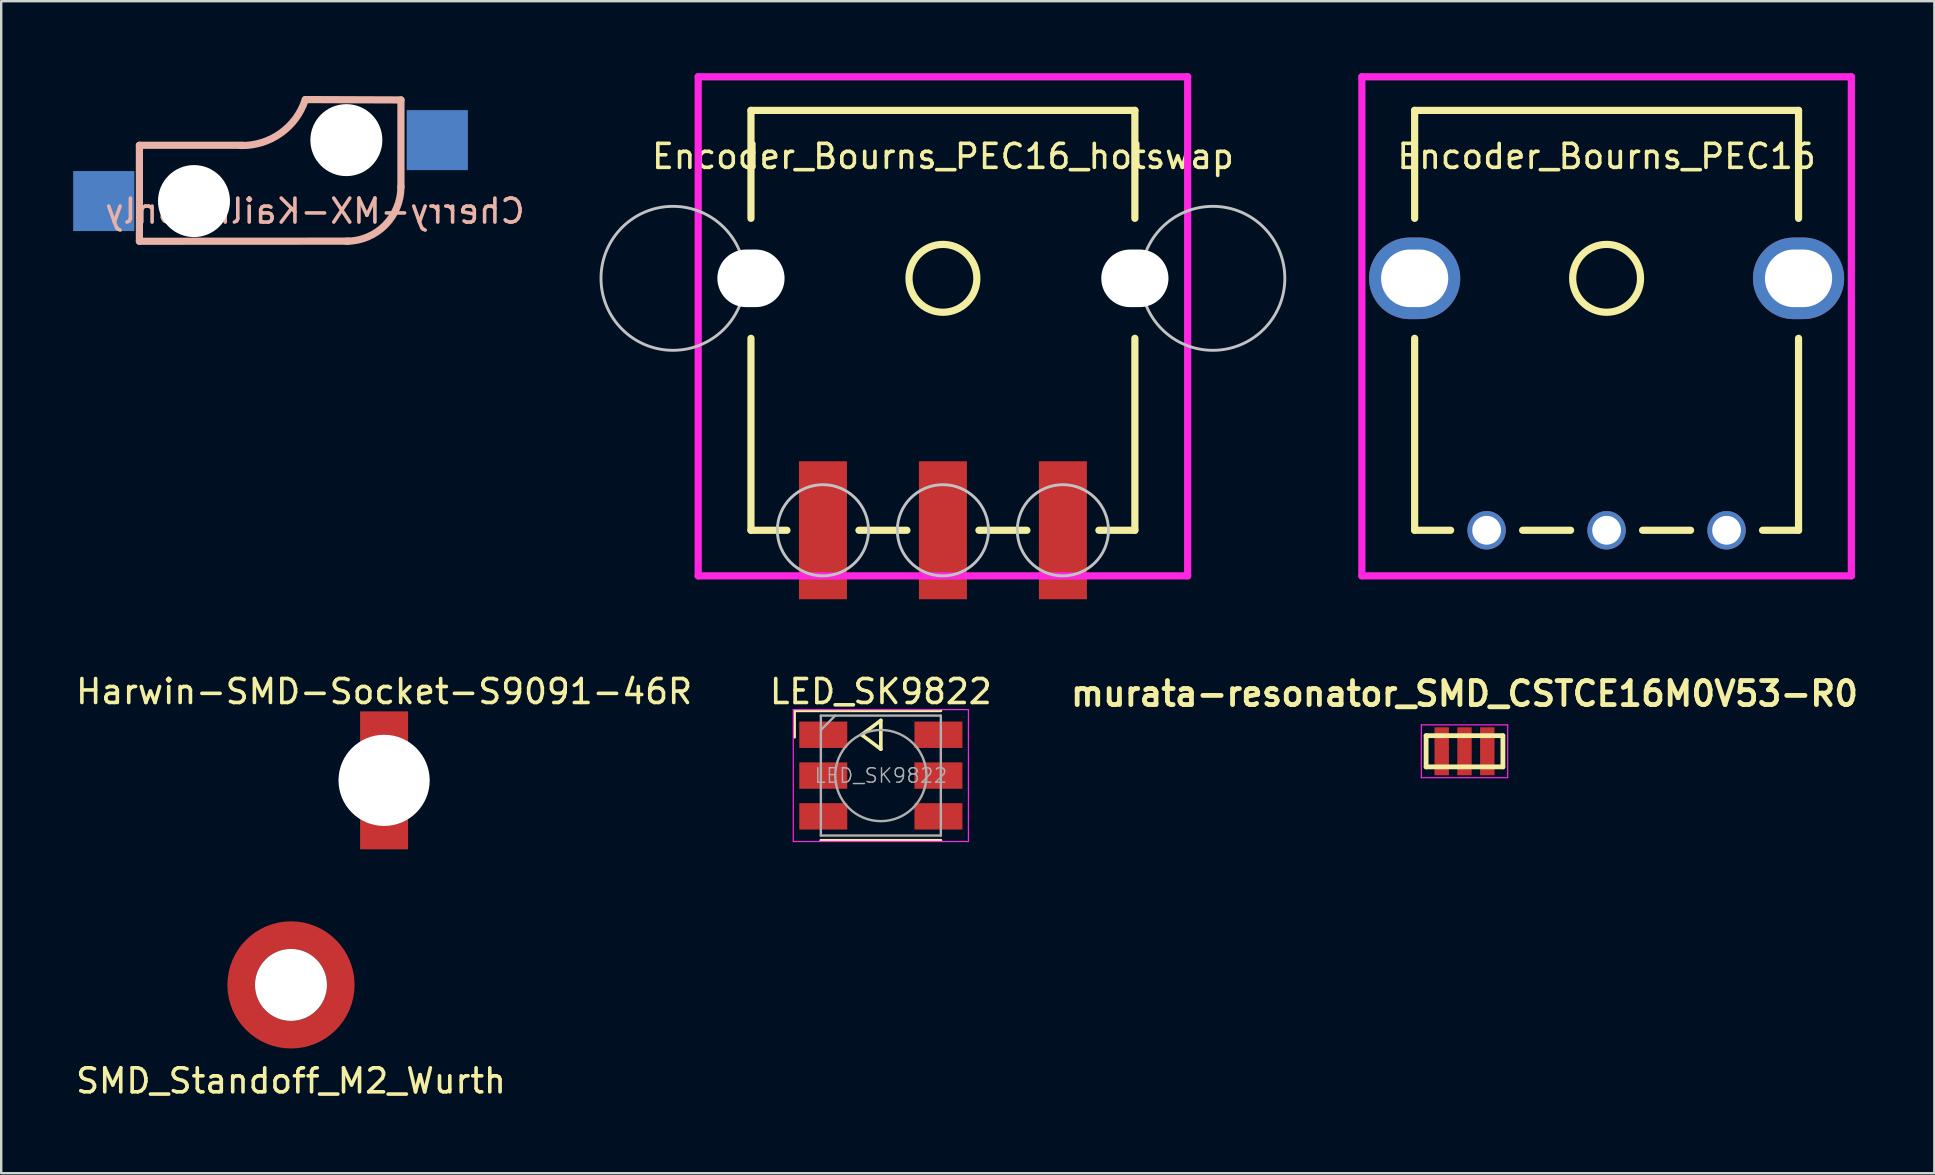
<source format=kicad_pcb>
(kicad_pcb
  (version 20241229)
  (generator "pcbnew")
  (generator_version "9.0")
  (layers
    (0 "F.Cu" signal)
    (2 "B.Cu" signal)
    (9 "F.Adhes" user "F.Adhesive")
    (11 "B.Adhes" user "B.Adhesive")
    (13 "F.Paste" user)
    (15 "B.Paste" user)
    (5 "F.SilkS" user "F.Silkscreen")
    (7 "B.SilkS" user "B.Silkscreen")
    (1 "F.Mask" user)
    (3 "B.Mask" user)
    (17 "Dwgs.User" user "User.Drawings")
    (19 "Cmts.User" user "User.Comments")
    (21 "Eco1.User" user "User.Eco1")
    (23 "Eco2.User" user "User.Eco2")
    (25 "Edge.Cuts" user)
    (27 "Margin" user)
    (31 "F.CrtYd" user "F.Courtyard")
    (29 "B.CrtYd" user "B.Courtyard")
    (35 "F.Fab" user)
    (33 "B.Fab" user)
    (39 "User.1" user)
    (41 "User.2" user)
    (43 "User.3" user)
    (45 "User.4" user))
  (footprint "Encoder_Bourns_PEC16_hotswap"
    (layer "F.Cu")
    (at 36.248 8.55)
    (property "Reference" "Encoder_Bourns_PEC16_hotswap" (at 0 -5.08 0) (layer "F.SilkS") (effects (font (size 1 1) (thickness 0.15))))
    (attr through_hole)
    (fp_line (start -8 -7) (end 8 -7) (stroke (width 0.3) (type solid)) (layer "F.SilkS"))
    (fp_line (start -8 -2.5) (end -8 -7) (stroke (width 0.3) (type solid)) (layer "F.SilkS"))
    (fp_line (start -8 10.5) (end -8 2.5) (stroke (width 0.3) (type solid)) (layer "F.SilkS"))
    (fp_line (start -6.5 10.5) (end -8 10.5) (stroke (width 0.3) (type solid)) (layer "F.SilkS"))
    (fp_line (start -1.5 10.5) (end -3.5 10.5) (stroke (width 0.3) (type solid)) (layer "F.SilkS"))
    (fp_line (start 3.5 10.5) (end 1.5 10.5) (stroke (width 0.3) (type solid)) (layer "F.SilkS"))
    (fp_line (start 8 -7) (end 8 -2.5) (stroke (width 0.3) (type solid)) (layer "F.SilkS"))
    (fp_line (start 8 2.5) (end 8 10.5) (stroke (width 0.3) (type solid)) (layer "F.SilkS"))
    (fp_line (start 8 10.5) (end 6.5 10.5) (stroke (width 0.3) (type solid)) (layer "F.SilkS"))
    (fp_circle (center 0 0) (end -1 -1) (stroke (width 0.3) (type solid)) (fill no) (layer "F.SilkS"))
    (fp_circle (center -11.25 0) (end -8.25 0) (stroke (width 0.12) (type solid)) (fill no) (layer "Dwgs.User"))
    (fp_circle (center -5 10.5) (end -3.1 10.5) (stroke (width 0.12) (type solid)) (fill no) (layer "Dwgs.User"))
    (fp_circle (center 0 10.5) (end 1.9 10.5) (stroke (width 0.12) (type solid)) (fill no) (layer "Dwgs.User"))
    (fp_circle (center 5 10.5) (end 6.9 10.5) (stroke (width 0.12) (type solid)) (fill no) (layer "Dwgs.User"))
    (fp_circle (center 11.25 0) (end 14.25 0) (stroke (width 0.12) (type solid)) (fill no) (layer "Dwgs.User"))
    (fp_line (start -10.2 -8.4) (end -10.2 12.4) (stroke (width 0.3) (type solid)) (layer "F.CrtYd"))
    (fp_line (start -10.2 12.4) (end 10.2 12.4) (stroke (width 0.3) (type solid)) (layer "F.CrtYd"))
    (fp_line (start 10.2 -8.4) (end -10.2 -8.4) (stroke (width 0.3) (type solid)) (layer "F.CrtYd"))
    (fp_line (start 10.2 12.4) (end 10.2 -8.4) (stroke (width 0.3) (type solid)) (layer "F.CrtYd"))
    (pad "" np_thru_hole oval (at -8 0) (size 2.8 2.4) (drill oval 2.8 2.4) (layers "*.Cu" "*.Mask"))
    (pad "" np_thru_hole oval (at 8 0) (size 2.8 2.4) (drill oval 2.8 2.4) (layers "*.Cu" "*.Mask"))
    (pad "A" smd rect (at -5 10.5 90) (size 5.75 2) (layers "F.Cu" "F.Mask" "F.Paste"))
    (pad "B" smd rect (at 0 10.5 90) (size 5.75 2) (layers "F.Cu" "F.Mask" "F.Paste"))
    (pad "C" smd rect (at 5 10.5 90) (size 5.75 2) (layers "F.Cu" "F.Mask" "F.Paste")))
  (footprint "Cherry-MX-Kailh-only"
    (layer "F.Cu")
    (at 7.575 0.25)
    (property "Reference" "Cherry-MX-Kailh-only" (at 2.5 5.5 0) (layer "B.SilkS") (effects (font (size 1 1) (thickness 0.15)) (justify mirror)))
    (attr through_hole)
    (fp_line (start -4.815 2.755) (end -0.53 2.755) (stroke (width 0.3) (type solid)) (layer "B.SilkS"))
    (fp_line (start -4.815 6.755) (end -4.815 2.755) (stroke (width 0.3) (type solid)) (layer "B.SilkS"))
    (fp_line (start -4.815 6.755) (end 3.9 6.75) (stroke (width 0.3) (type solid)) (layer "B.SilkS"))
    (fp_line (start 2.1 0.85) (end 6.085 0.865) (stroke (width 0.3) (type solid)) (layer "B.SilkS"))
    (fp_line (start 6.085 4.5) (end 6.085 0.865) (stroke (width 0.3) (type solid)) (layer "B.SilkS"))
    (fp_arc (start 2.1 0.85) (mid 1.068297 2.25496) (end -0.599077 2.763083) (stroke (width 0.3) (type solid)) (layer "B.SilkS"))
    (fp_arc (start 6.085 4.483532) (mid 5.420254 6.088371) (end 3.815415 6.753117) (stroke (width 0.3) (type solid)) (layer "B.SilkS"))
    (pad "" np_thru_hole circle (at -2.54 5.08) (size 3 3) (drill 3) (layers "*.Cu" "*.Mask"))
    (pad "" np_thru_hole circle (at 3.81 2.54) (size 3 3) (drill 3) (layers "*.Cu" "*.Mask"))
    (pad "1" smd rect (at -6.3 5.08) (size 2.55 2.5) (layers "B.Cu" "B.Mask" "B.Paste"))
    (pad "2" smd rect (at 7.6 2.54) (size 2.55 2.5) (layers "B.Cu" "B.Mask" "B.Paste")))
  (footprint "Encoder_Bourns_PEC16"
    (layer "F.Cu")
    (at 63.908 8.55)
    (property "Reference" "Encoder_Bourns_PEC16" (at 0 -5.08 0) (layer "F.SilkS") (effects (font (size 1 1) (thickness 0.15))))
    (attr through_hole)
    (fp_line (start -8 -7) (end 8 -7) (stroke (width 0.3) (type solid)) (layer "F.SilkS"))
    (fp_line (start -8 -2.5) (end -8 -7) (stroke (width 0.3) (type solid)) (layer "F.SilkS"))
    (fp_line (start -8 10.5) (end -8 2.5) (stroke (width 0.3) (type solid)) (layer "F.SilkS"))
    (fp_line (start -6.5 10.5) (end -8 10.5) (stroke (width 0.3) (type solid)) (layer "F.SilkS"))
    (fp_line (start -1.5 10.5) (end -3.5 10.5) (stroke (width 0.3) (type solid)) (layer "F.SilkS"))
    (fp_line (start 3.5 10.5) (end 1.5 10.5) (stroke (width 0.3) (type solid)) (layer "F.SilkS"))
    (fp_line (start 8 -7) (end 8 -2.5) (stroke (width 0.3) (type solid)) (layer "F.SilkS"))
    (fp_line (start 8 2.5) (end 8 10.5) (stroke (width 0.3) (type solid)) (layer "F.SilkS"))
    (fp_line (start 8 10.5) (end 6.5 10.5) (stroke (width 0.3) (type solid)) (layer "F.SilkS"))
    (fp_circle (center 0 0) (end -1 -1) (stroke (width 0.3) (type solid)) (fill no) (layer "F.SilkS"))
    (fp_line (start -10.2 -8.4) (end -10.2 12.4) (stroke (width 0.3) (type solid)) (layer "F.CrtYd"))
    (fp_line (start -10.2 12.4) (end 10.2 12.4) (stroke (width 0.3) (type solid)) (layer "F.CrtYd"))
    (fp_line (start 10.2 -8.4) (end -10.2 -8.4) (stroke (width 0.3) (type solid)) (layer "F.CrtYd"))
    (fp_line (start 10.2 12.4) (end 10.2 -8.4) (stroke (width 0.3) (type solid)) (layer "F.CrtYd"))
    (pad "" thru_hole oval (at -8 0) (size 3.8 3.4) (drill oval 2.8 2.4) (layers "*.Cu" "*.Mask"))
    (pad "" thru_hole oval (at 8 0) (size 3.8 3.4) (drill oval 2.8 2.4) (layers "*.Cu" "*.Mask"))
    (pad "1" thru_hole circle (at -5 10.5) (size 1.6 1.6) (drill 1.2) (layers "*.Cu" "*.Mask"))
    (pad "2" thru_hole circle (at 5 10.5) (size 1.6 1.6) (drill 1.2) (layers "*.Cu" "*.Mask"))
    (pad "3" thru_hole circle (at 0 10.5) (size 1.6 1.6) (drill 1.2) (layers "*.Cu" "*.Mask")))
  (footprint "Harwin-SMD-Socket-S9091-46R"
    (layer "F.Cu")
    (at 12.958 29.473)
    (property "Reference" "Harwin-SMD-Socket-S9091-46R" (at 0 -3.7 0) (layer "F.SilkS") (effects (font (size 1 1) (thickness 0.15))))
    (attr through_hole)
    (pad "" np_thru_hole circle (at 0 0) (size 3.8 3.8) (drill 3.8) (layers "*.Cu" "*.Mask"))
    (pad "1" smd rect (at 0 0 90) (size 5.75 2) (layers "F.Cu" "F.Mask" "F.Paste")))
  (footprint "SMD_Standoff_M2_Wurth"
    (layer "F.Cu")
    (at 9.077 37.998)
    (property "Reference" "SMD_Standoff_M2_Wurth" (at 0 4 0) (layer "F.SilkS") (effects (font (size 1 1) (thickness 0.15))))
    (attr through_hole)
    (fp_circle (center 0 0) (end 2.075 0) (stroke (width 1.15) (type solid)) (fill no) (layer "F.Cu"))
    (fp_circle (center 0 0) (end 2.075 0) (stroke (width 1.15) (type solid)) (fill no) (layer "F.Mask"))
    (fp_arc (start -1.89988 -0.900254) (mid -1.486508 -1.486706) (end -0.9 -1.9) (stroke (width 1.15) (type solid)) (layer "F.Paste"))
    (fp_arc (start -0.900254 1.89988) (mid -1.486706 1.486508) (end -1.9 0.9) (stroke (width 1.15) (type solid)) (layer "F.Paste"))
    (fp_arc (start 0.900254 -1.89988) (mid 1.486706 -1.486508) (end 1.9 -0.9) (stroke (width 1.15) (type solid)) (layer "F.Paste"))
    (fp_arc (start 1.89988 0.900254) (mid 1.486508 1.486706) (end 0.9 1.9) (stroke (width 1.15) (type solid)) (layer "F.Paste"))
    (fp_poly (pts (xy -2.54 0.58) (xy -2.59 0.25) (xy -1.52 0.25) (xy -1.43 0.68) (xy -2.41 1.04)) (stroke (width 0.1) (type solid)) (fill yes) (layer "F.Paste"))
    (fp_poly (pts (xy -2.53 -0.6) (xy -2.43 -0.96) (xy -1.43 -0.65) (xy -1.51 -0.21) (xy -2.59 -0.21)) (stroke (width 0.1) (type solid)) (fill yes) (layer "F.Paste"))
    (fp_poly (pts (xy -0.6 2.53) (xy -0.96 2.43) (xy -0.65 1.43) (xy -0.21 1.51) (xy -0.21 2.59)) (stroke (width 0.1) (type solid)) (fill yes) (layer "F.Paste"))
    (fp_poly (pts (xy -0.58 -2.54) (xy -0.25 -2.59) (xy -0.25 -1.52) (xy -0.68 -1.43) (xy -1.04 -2.41)) (stroke (width 0.1) (type solid)) (fill yes) (layer "F.Paste"))
    (fp_poly (pts (xy 0.58 2.54) (xy 0.25 2.59) (xy 0.25 1.52) (xy 0.68 1.43) (xy 1.04 2.41)) (stroke (width 0.1) (type solid)) (fill yes) (layer "F.Paste"))
    (fp_poly (pts (xy 0.6 -2.53) (xy 0.96 -2.43) (xy 0.65 -1.43) (xy 0.21 -1.51) (xy 0.21 -2.59)) (stroke (width 0.1) (type solid)) (fill yes) (layer "F.Paste"))
    (fp_poly (pts (xy 2.53 0.6) (xy 2.43 0.96) (xy 1.43 0.65) (xy 1.51 0.21) (xy 2.59 0.21)) (stroke (width 0.1) (type solid)) (fill yes) (layer "F.Paste"))
    (fp_poly (pts (xy 2.54 -0.58) (xy 2.59 -0.25) (xy 1.52 -0.25) (xy 1.43 -0.68) (xy 2.41 -1.04)) (stroke (width 0.1) (type solid)) (fill yes) (layer "F.Paste"))
    (pad "" np_thru_hole circle (at 0 0) (size 3 3) (drill 3) (layers "*.Cu" "*.Mask")))
  (footprint "murata-resonator_SMD_CSTCE16M0V53-R0"
    (layer "F.Cu")
    (at 57.986 28.261)
    (property "Reference" "murata-resonator_SMD_CSTCE16M0V53-R0" (at 0 -2.4 0) (layer "F.SilkS") (effects (font (size 1 1) (thickness 0.2))))
    (attr through_hole)
    (fp_line (start -1.6 -0.65) (end -1.6 0.65) (stroke (width 0.2) (type solid)) (layer "F.SilkS"))
    (fp_line (start -1.6 -0.65) (end 1.6 -0.65) (stroke (width 0.2) (type solid)) (layer "F.SilkS"))
    (fp_line (start 1.6 -0.65) (end 1.6 0.65) (stroke (width 0.2) (type solid)) (layer "F.SilkS"))
    (fp_line (start 1.6 0.65) (end -1.6 0.65) (stroke (width 0.2) (type solid)) (layer "F.SilkS"))
    (fp_line (start -1.8 -1.1) (end 1.8 -1.1) (stroke (width 0.05) (type solid)) (layer "F.CrtYd"))
    (fp_line (start -1.8 1.1) (end -1.8 -1.1) (stroke (width 0.05) (type solid)) (layer "F.CrtYd"))
    (fp_line (start 1.8 -1.1) (end 1.8 1.1) (stroke (width 0.05) (type solid)) (layer "F.CrtYd"))
    (fp_line (start 1.8 1.1) (end -1.8 1.1) (stroke (width 0.05) (type solid)) (layer "F.CrtYd"))
    (pad "1" smd rect (at -0.95 0) (size 0.6 2) (layers "F.Cu" "F.Mask" "F.Paste"))
    (pad "2" smd rect (at 0 0) (size 0.6 2) (layers "F.Cu" "F.Mask" "F.Paste"))
    (pad "3" smd rect (at 0.95 0) (size 0.6 2) (layers "F.Cu" "F.Mask" "F.Paste")))
  (footprint "LED_SK9822"
    (layer "F.Cu")
    (at 33.661 29.273)
    (property "Reference" "LED_SK9822" (at 0 -3.5 180) (layer "F.SilkS") (effects (font (size 1 1) (thickness 0.15))))
    (attr smd)
    (fp_line (start -3.6 -2.7) (end 2.5 -2.7) (stroke (width 0.12) (type solid)) (layer "F.SilkS"))
    (fp_line (start -3.6 -1.6) (end -3.6 -2.7) (stroke (width 0.12) (type solid)) (layer "F.SilkS"))
    (fp_line (start -0.8 -1.7) (end 0 -1.1) (stroke (width 0.15) (type solid)) (layer "F.SilkS"))
    (fp_line (start 0 -2.3) (end -0.8 -1.7) (stroke (width 0.15) (type solid)) (layer "F.SilkS"))
    (fp_line (start 0 -1.1) (end 0 -2.3) (stroke (width 0.15) (type solid)) (layer "F.SilkS"))
    (fp_line (start 2.5 2.7) (end -2.5 2.7) (stroke (width 0.12) (type solid)) (layer "F.SilkS"))
    (fp_line (start -3.65 -2.75) (end -3.65 2.75) (stroke (width 0.05) (type solid)) (layer "F.CrtYd"))
    (fp_line (start -3.65 2.75) (end 3.65 2.75) (stroke (width 0.05) (type solid)) (layer "F.CrtYd"))
    (fp_line (start 3.65 -2.75) (end -3.65 -2.75) (stroke (width 0.05) (type solid)) (layer "F.CrtYd"))
    (fp_line (start 3.65 2.75) (end 3.65 -2.75) (stroke (width 0.05) (type solid)) (layer "F.CrtYd"))
    (fp_line (start -2.5 -2.5) (end -2.5 2.5) (stroke (width 0.1) (type solid)) (layer "F.Fab"))
    (fp_line (start -2.5 -1.9) (end -1.9 -2.5) (stroke (width 0.1) (type solid)) (layer "F.Fab"))
    (fp_line (start -2.5 2.5) (end 2.5 2.5) (stroke (width 0.1) (type solid)) (layer "F.Fab"))
    (fp_line (start 2.5 -2.5) (end -2.5 -2.5) (stroke (width 0.1) (type solid)) (layer "F.Fab"))
    (fp_line (start 2.5 2.5) (end 2.5 -2.5) (stroke (width 0.1) (type solid)) (layer "F.Fab"))
    (fp_circle (center 0 0) (end 0 -1.9) (stroke (width 0.1) (type solid)) (fill no) (layer "F.Fab"))
    (fp_text user "${REFERENCE}" (at 0 0 0) (layer "F.Fab") (effects (font (size 0.6 0.6) (thickness 0.06))))
    (pad "1" smd rect (at -2.4 -1.7 90) (size 1.1 2) (layers "F.Cu" "F.Mask" "F.Paste"))
    (pad "2" smd rect (at -2.4 0 90) (size 1.1 2) (layers "F.Cu" "F.Mask" "F.Paste"))
    (pad "3" smd rect (at -2.4 1.7 90) (size 1.1 2) (layers "F.Cu" "F.Mask" "F.Paste"))
    (pad "4" smd rect (at 2.4 1.7 90) (size 1.1 2) (layers "F.Cu" "F.Mask" "F.Paste"))
    (pad "5" smd rect (at 2.4 0 90) (size 1.1 2) (layers "F.Cu" "F.Mask" "F.Paste"))
    (pad "6" smd rect (at 2.4 -1.7 90) (size 1.1 2) (layers "F.Cu" "F.Mask" "F.Paste")))
  (gr_rect
    (start -3 -3)
    (end 77.567 45.846)
    (stroke (width 0.1) (type default))
    (fill no)
    (layer "Edge.Cuts")))
</source>
